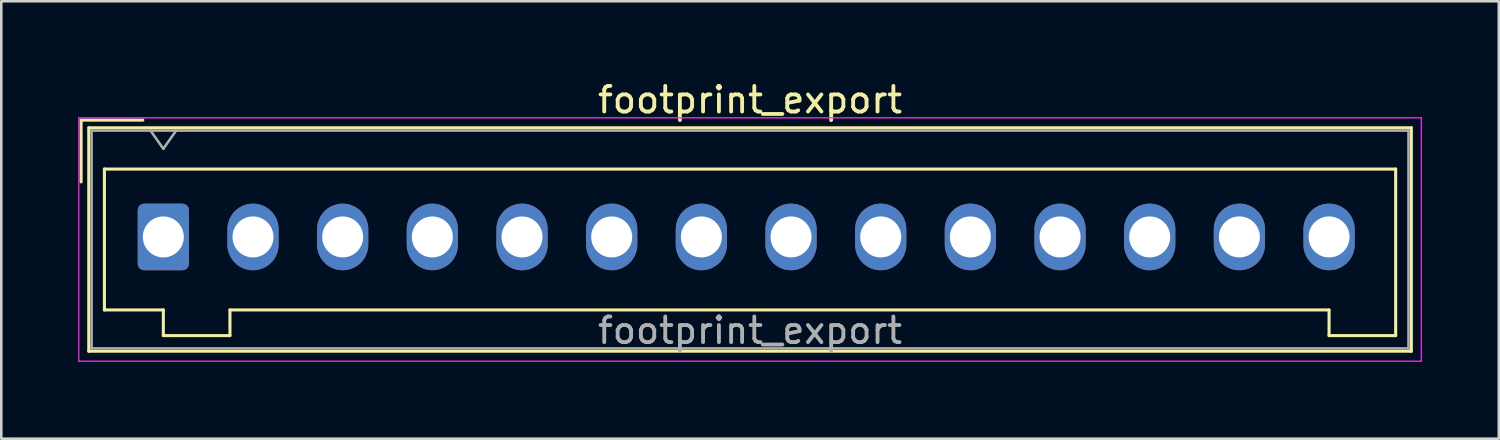
<source format=kicad_pcb>
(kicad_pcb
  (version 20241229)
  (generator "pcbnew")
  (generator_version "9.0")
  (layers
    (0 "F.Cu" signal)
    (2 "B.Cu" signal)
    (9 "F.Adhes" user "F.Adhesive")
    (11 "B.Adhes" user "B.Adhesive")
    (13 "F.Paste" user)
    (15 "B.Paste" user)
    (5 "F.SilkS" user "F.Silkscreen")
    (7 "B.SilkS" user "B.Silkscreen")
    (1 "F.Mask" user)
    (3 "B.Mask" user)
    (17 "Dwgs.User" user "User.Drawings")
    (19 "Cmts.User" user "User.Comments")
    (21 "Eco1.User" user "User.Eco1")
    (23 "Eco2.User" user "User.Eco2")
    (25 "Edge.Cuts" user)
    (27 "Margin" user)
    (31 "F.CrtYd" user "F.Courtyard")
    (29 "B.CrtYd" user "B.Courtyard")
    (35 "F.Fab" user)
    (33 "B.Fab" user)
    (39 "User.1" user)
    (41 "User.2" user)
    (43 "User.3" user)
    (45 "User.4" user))
  (footprint "footprint_export"
    (layer "F.Cu")
    (at 3.325 6.198)
    (property "Reference" "footprint_export" (at 22.9 -5.35 0) (layer "F.SilkS") (effects (font (size 1 1) (thickness 0.15))))
    (attr through_hole)
    (fp_line (start -3.21 -4.56) (end -0.8 -4.56) (stroke (width 0.12) (type solid)) (layer "F.SilkS"))
    (fp_line (start -3.21 -2.15) (end -3.21 -4.56) (stroke (width 0.12) (type solid)) (layer "F.SilkS"))
    (fp_line (start -2.91 -4.26) (end -2.91 4.46) (stroke (width 0.12) (type solid)) (layer "F.SilkS"))
    (fp_line (start -2.91 4.46) (end 48.71 4.46) (stroke (width 0.12) (type solid)) (layer "F.SilkS"))
    (fp_line (start -2.3 -2.65) (end -2.3 2.85) (stroke (width 0.12) (type solid)) (layer "F.SilkS"))
    (fp_line (start -2.3 2.85) (end 0 2.85) (stroke (width 0.12) (type solid)) (layer "F.SilkS"))
    (fp_line (start 0 2.85) (end 0 3.85) (stroke (width 0.12) (type solid)) (layer "F.SilkS"))
    (fp_line (start 0 3.85) (end 2.6 3.85) (stroke (width 0.12) (type solid)) (layer "F.SilkS"))
    (fp_line (start 2.6 2.85) (end 45.5 2.85) (stroke (width 0.12) (type solid)) (layer "F.SilkS"))
    (fp_line (start 2.6 3.85) (end 2.6 2.85) (stroke (width 0.12) (type solid)) (layer "F.SilkS"))
    (fp_line (start 45.5 2.85) (end 45.5 3.85) (stroke (width 0.12) (type solid)) (layer "F.SilkS"))
    (fp_line (start 45.5 3.85) (end 48.1 3.85) (stroke (width 0.12) (type solid)) (layer "F.SilkS"))
    (fp_line (start 48.1 -2.65) (end -2.3 -2.65) (stroke (width 0.12) (type solid)) (layer "F.SilkS"))
    (fp_line (start 48.1 3.85) (end 48.1 -2.65) (stroke (width 0.12) (type solid)) (layer "F.SilkS"))
    (fp_line (start 48.71 -4.26) (end -2.91 -4.26) (stroke (width 0.12) (type solid)) (layer "F.SilkS"))
    (fp_line (start 48.71 4.46) (end 48.71 -4.26) (stroke (width 0.12) (type solid)) (layer "F.SilkS"))
    (fp_line (start -3.3 -4.65) (end -3.3 4.85) (stroke (width 0.05) (type solid)) (layer "F.CrtYd"))
    (fp_line (start -3.3 4.85) (end 49.1 4.85) (stroke (width 0.05) (type solid)) (layer "F.CrtYd"))
    (fp_line (start 49.1 -4.65) (end -3.3 -4.65) (stroke (width 0.05) (type solid)) (layer "F.CrtYd"))
    (fp_line (start 49.1 4.85) (end 49.1 -4.65) (stroke (width 0.05) (type solid)) (layer "F.CrtYd"))
    (fp_line (start -2.8 -4.15) (end -2.8 4.35) (stroke (width 0.1) (type solid)) (layer "F.Fab"))
    (fp_line (start -2.8 4.35) (end 48.6 4.35) (stroke (width 0.1) (type solid)) (layer "F.Fab"))
    (fp_line (start -0.5 -4.15) (end 0 -3.443) (stroke (width 0.1) (type solid)) (layer "F.Fab"))
    (fp_line (start 0 -3.443) (end 0.5 -4.15) (stroke (width 0.1) (type solid)) (layer "F.Fab"))
    (fp_line (start 48.6 -4.15) (end -2.8 -4.15) (stroke (width 0.1) (type solid)) (layer "F.Fab"))
    (fp_line (start 48.6 4.35) (end 48.6 -4.15) (stroke (width 0.1) (type solid)) (layer "F.Fab"))
    (fp_text user "${REFERENCE}" (at 22.9 3.65 0) (layer "F.Fab") (effects (font (size 1 1) (thickness 0.15))))
    (pad "1" thru_hole roundrect (at 0 0) (size 2 2.6) (drill 1.6) (layers "*.Cu" "*.Mask") (roundrect_rratio 0.125))
    (pad "2" thru_hole oval (at 3.5 0) (size 2 2.6) (drill 1.6) (layers "*.Cu" "*.Mask"))
    (pad "3" thru_hole oval (at 7 0) (size 2 2.6) (drill 1.6) (layers "*.Cu" "*.Mask"))
    (pad "4" thru_hole oval (at 10.5 0) (size 2 2.6) (drill 1.6) (layers "*.Cu" "*.Mask"))
    (pad "5" thru_hole oval (at 14 0) (size 2 2.6) (drill 1.6) (layers "*.Cu" "*.Mask"))
    (pad "6" thru_hole oval (at 17.5 0) (size 2 2.6) (drill 1.6) (layers "*.Cu" "*.Mask"))
    (pad "7" thru_hole oval (at 21 0) (size 2 2.6) (drill 1.6) (layers "*.Cu" "*.Mask"))
    (pad "8" thru_hole oval (at 24.5 0) (size 2 2.6) (drill 1.6) (layers "*.Cu" "*.Mask"))
    (pad "9" thru_hole oval (at 28 0) (size 2 2.6) (drill 1.6) (layers "*.Cu" "*.Mask"))
    (pad "10" thru_hole oval (at 31.5 0) (size 2 2.6) (drill 1.6) (layers "*.Cu" "*.Mask"))
    (pad "11" thru_hole oval (at 35 0) (size 2 2.6) (drill 1.6) (layers "*.Cu" "*.Mask"))
    (pad "12" thru_hole oval (at 38.5 0) (size 2 2.6) (drill 1.6) (layers "*.Cu" "*.Mask"))
    (pad "13" thru_hole oval (at 42 0) (size 2 2.6) (drill 1.6) (layers "*.Cu" "*.Mask"))
    (pad "14" thru_hole oval (at 45.5 0) (size 2 2.6) (drill 1.6) (layers "*.Cu" "*.Mask")))
  (gr_rect
    (start -3 -3)
    (end 55.45 14.073)
    (stroke (width 0.1) (type default))
    (fill no)
    (layer "Edge.Cuts")))
</source>
